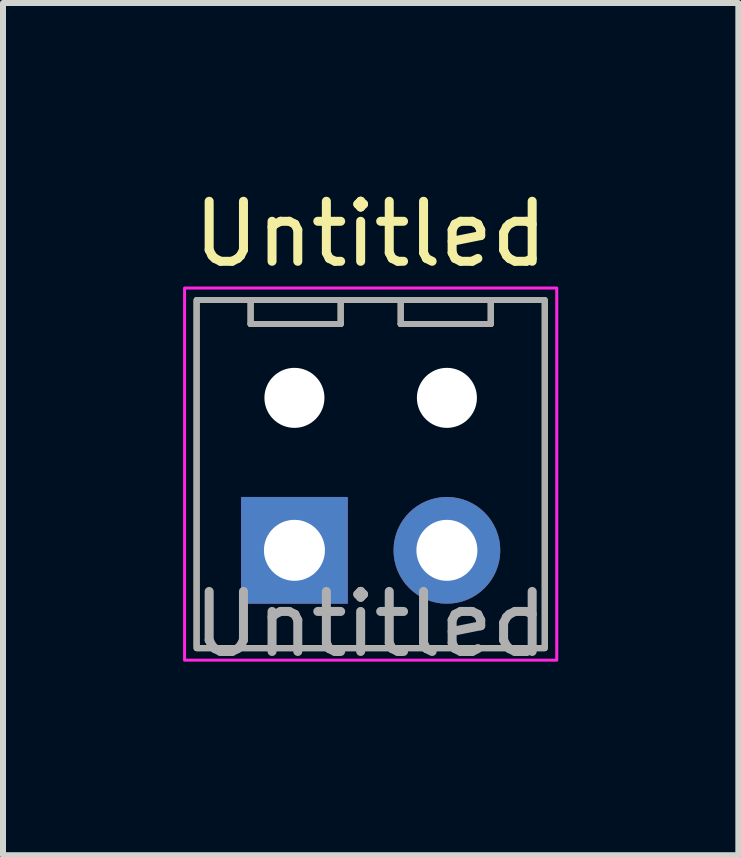
<source format=kicad_pcb>
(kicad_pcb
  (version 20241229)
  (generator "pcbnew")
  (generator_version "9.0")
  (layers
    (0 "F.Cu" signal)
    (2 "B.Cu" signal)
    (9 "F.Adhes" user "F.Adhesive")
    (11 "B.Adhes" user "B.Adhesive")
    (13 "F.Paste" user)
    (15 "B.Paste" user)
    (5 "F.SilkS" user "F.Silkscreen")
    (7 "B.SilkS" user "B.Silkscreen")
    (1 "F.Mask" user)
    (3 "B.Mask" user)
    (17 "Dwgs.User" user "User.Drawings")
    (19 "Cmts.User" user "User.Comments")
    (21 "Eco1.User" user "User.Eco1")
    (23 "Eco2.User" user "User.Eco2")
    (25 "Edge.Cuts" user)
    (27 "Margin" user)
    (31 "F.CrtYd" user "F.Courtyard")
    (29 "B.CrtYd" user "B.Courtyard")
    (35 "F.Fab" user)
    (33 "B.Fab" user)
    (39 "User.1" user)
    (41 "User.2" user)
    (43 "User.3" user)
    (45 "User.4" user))
  (footprint "Untitled"
    (layer "F.Cu")
    (at 3.125 4.848)
    (property "Reference" "Untitled" (at 0 -4 0) (unlocked yes) (layer "F.SilkS") (effects (font (size 1 1) (thickness 0.15))))
    (attr smd)
    (fp_line (start -2 -2.9) (end -2 -2.5) (stroke (width 0.1) (type default)) (layer "F.SilkS"))
    (fp_line (start -2 -2.5) (end -0.5 -2.5) (stroke (width 0.1) (type default)) (layer "F.SilkS"))
    (fp_line (start -0.5 -2.9) (end 0.5 -2.9) (stroke (width 0.1) (type default)) (layer "F.SilkS"))
    (fp_line (start -0.5 -2.5) (end -0.5 -2.9) (stroke (width 0.1) (type default)) (layer "F.SilkS"))
    (fp_line (start 0.5 -2.9) (end 0.5 -2.5) (stroke (width 0.1) (type default)) (layer "F.SilkS"))
    (fp_line (start 0.5 -2.5) (end 2 -2.5) (stroke (width 0.1) (type default)) (layer "F.SilkS"))
    (fp_line (start 2 -2.5) (end 2 -2.9) (stroke (width 0.1) (type default)) (layer "F.SilkS"))
    (fp_rect (start -2.9 -2.9) (end 2.9 2.9) (stroke (width 0.1) (type default)) (fill no) (layer "F.SilkS"))
    (fp_rect (start -3.1 -3.1) (end 3.1 3.1) (stroke (width 0.05) (type default)) (fill no) (layer "F.CrtYd"))
    (fp_line (start -2 -2.9) (end -2 -2.5) (stroke (width 0.1) (type default)) (layer "F.Fab"))
    (fp_line (start -2 -2.5) (end -0.5 -2.5) (stroke (width 0.1) (type default)) (layer "F.Fab"))
    (fp_line (start -0.5 -2.9) (end 0.5 -2.9) (stroke (width 0.1) (type default)) (layer "F.Fab"))
    (fp_line (start -0.5 -2.5) (end -0.5 -2.9) (stroke (width 0.1) (type default)) (layer "F.Fab"))
    (fp_line (start 0.5 -2.9) (end 0.5 -2.5) (stroke (width 0.1) (type default)) (layer "F.Fab"))
    (fp_line (start 0.5 -2.5) (end 2 -2.5) (stroke (width 0.1) (type default)) (layer "F.Fab"))
    (fp_line (start 2 -2.5) (end 2 -2.9) (stroke (width 0.1) (type default)) (layer "F.Fab"))
    (fp_rect (start -2.9 -2.9) (end 2.9 2.9) (stroke (width 0.1) (type default)) (fill no) (layer "F.Fab"))
    (fp_text user "${REFERENCE}" (at 0 2.5 0) (unlocked yes) (layer "F.Fab") (effects (font (size 1 1) (thickness 0.15))))
    (pad "" np_thru_hole circle (at -1.27 -1.27) (size 1 1) (drill 1.3) (layers "*.Cu" "*.Mask"))
    (pad "" np_thru_hole circle (at 1.27 -1.27) (size 1 1) (drill 1.3) (layers "*.Cu" "*.Mask"))
    (pad "1" thru_hole rect (at -1.27 1.27) (size 1.778 1.778) (drill 1.016) (layers "*.Cu" "F.Mask" "F.Paste"))
    (pad "2" thru_hole circle (at 1.27 1.27) (size 1.778 1.778) (drill 1.016) (layers "*.Cu" "F.Mask" "F.Paste")))
  (gr_rect
    (start -3 -3)
    (end 9.25 11.197)
    (stroke (width 0.1) (type default))
    (fill no)
    (layer "Edge.Cuts")))
</source>
